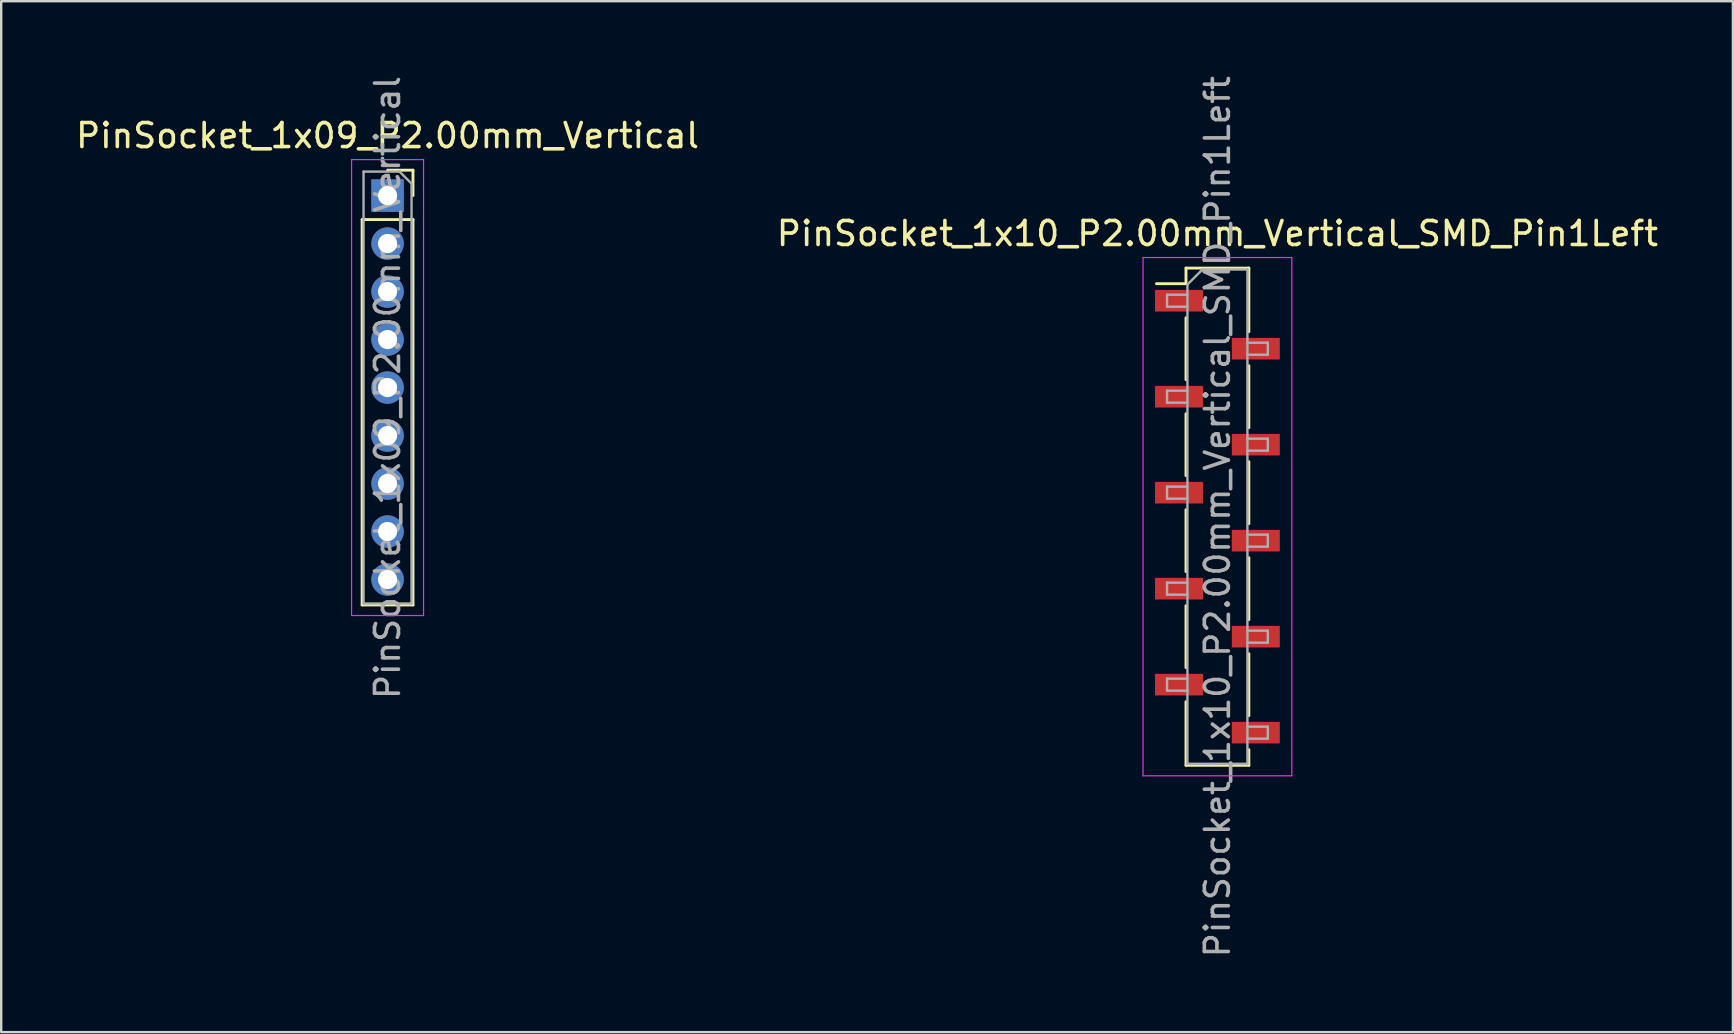
<source format=kicad_pcb>
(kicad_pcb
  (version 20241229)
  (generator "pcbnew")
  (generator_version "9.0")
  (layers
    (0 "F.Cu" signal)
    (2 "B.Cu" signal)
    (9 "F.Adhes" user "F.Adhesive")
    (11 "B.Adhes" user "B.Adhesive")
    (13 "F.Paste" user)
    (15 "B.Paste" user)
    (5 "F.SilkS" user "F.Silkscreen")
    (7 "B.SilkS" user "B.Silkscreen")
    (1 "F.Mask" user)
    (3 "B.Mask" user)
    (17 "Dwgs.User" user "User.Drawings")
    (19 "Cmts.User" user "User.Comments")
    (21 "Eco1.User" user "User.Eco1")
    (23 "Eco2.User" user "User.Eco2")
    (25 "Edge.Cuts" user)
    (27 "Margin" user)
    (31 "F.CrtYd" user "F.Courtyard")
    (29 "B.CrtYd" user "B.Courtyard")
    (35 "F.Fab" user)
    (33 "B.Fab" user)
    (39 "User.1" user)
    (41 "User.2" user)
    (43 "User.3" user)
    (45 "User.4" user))
  (footprint "PinSocket_1x09_P2.00mm_Vertical"
    (layer "F.Cu")
    (at 13.101 5.101)
    (property "Reference" "PinSocket_1x09_P2.00mm_Vertical" (at 0 -2.5 0) (layer "F.SilkS") (effects (font (size 1 1) (thickness 0.15))))
    (attr through_hole)
    (fp_line (start -1.06 1) (end -1.06 17.06) (stroke (width 0.12) (type solid)) (layer "F.SilkS"))
    (fp_line (start -1.06 1) (end 1.06 1) (stroke (width 0.12) (type solid)) (layer "F.SilkS"))
    (fp_line (start -1.06 17.06) (end 1.06 17.06) (stroke (width 0.12) (type solid)) (layer "F.SilkS"))
    (fp_line (start 0 -1.06) (end 1.06 -1.06) (stroke (width 0.12) (type solid)) (layer "F.SilkS"))
    (fp_line (start 1.06 -1.06) (end 1.06 0) (stroke (width 0.12) (type solid)) (layer "F.SilkS"))
    (fp_line (start 1.06 1) (end 1.06 17.06) (stroke (width 0.12) (type solid)) (layer "F.SilkS"))
    (fp_line (start -1.5 -1.5) (end 1.5 -1.5) (stroke (width 0.05) (type solid)) (layer "F.CrtYd"))
    (fp_line (start -1.5 17.5) (end -1.5 -1.5) (stroke (width 0.05) (type solid)) (layer "F.CrtYd"))
    (fp_line (start 1.5 -1.5) (end 1.5 17.5) (stroke (width 0.05) (type solid)) (layer "F.CrtYd"))
    (fp_line (start 1.5 17.5) (end -1.5 17.5) (stroke (width 0.05) (type solid)) (layer "F.CrtYd"))
    (fp_line (start -1 -1) (end 0.5 -1) (stroke (width 0.1) (type solid)) (layer "F.Fab"))
    (fp_line (start -1 17) (end -1 -1) (stroke (width 0.1) (type solid)) (layer "F.Fab"))
    (fp_line (start 0.5 -1) (end 1 -0.5) (stroke (width 0.1) (type solid)) (layer "F.Fab"))
    (fp_line (start 1 -0.5) (end 1 17) (stroke (width 0.1) (type solid)) (layer "F.Fab"))
    (fp_line (start 1 17) (end -1 17) (stroke (width 0.1) (type solid)) (layer "F.Fab"))
    (fp_text user "${REFERENCE}" (at 0 8 90) (layer "F.Fab") (effects (font (size 1 1) (thickness 0.15))))
    (pad "1" thru_hole rect (at 0 0) (size 1.35 1.35) (drill 0.8) (layers "*.Cu" "*.Mask"))
    (pad "2" thru_hole oval (at 0 2) (size 1.35 1.35) (drill 0.8) (layers "*.Cu" "*.Mask"))
    (pad "3" thru_hole oval (at 0 4) (size 1.35 1.35) (drill 0.8) (layers "*.Cu" "*.Mask"))
    (pad "4" thru_hole oval (at 0 6) (size 1.35 1.35) (drill 0.8) (layers "*.Cu" "*.Mask"))
    (pad "5" thru_hole oval (at 0 8) (size 1.35 1.35) (drill 0.8) (layers "*.Cu" "*.Mask"))
    (pad "6" thru_hole oval (at 0 10) (size 1.35 1.35) (drill 0.8) (layers "*.Cu" "*.Mask"))
    (pad "7" thru_hole oval (at 0 12) (size 1.35 1.35) (drill 0.8) (layers "*.Cu" "*.Mask"))
    (pad "8" thru_hole oval (at 0 14) (size 1.35 1.35) (drill 0.8) (layers "*.Cu" "*.Mask"))
    (pad "9" thru_hole oval (at 0 16) (size 1.35 1.35) (drill 0.8) (layers "*.Cu" "*.Mask")))
  (footprint "PinSocket_1x10_P2.00mm_Vertical_SMD_Pin1Left"
    (layer "F.Cu")
    (at 47.685 18.482)
    (property "Reference" "PinSocket_1x10_P2.00mm_Vertical_SMD_Pin1Left" (at 0 -11.8 0) (layer "F.SilkS") (effects (font (size 1 1) (thickness 0.15))))
    (attr smd)
    (fp_line (start -2.54 -9.71) (end -1.31 -9.71) (stroke (width 0.12) (type solid)) (layer "F.SilkS"))
    (fp_line (start -1.31 -10.36) (end -1.31 -9.71) (stroke (width 0.12) (type solid)) (layer "F.SilkS"))
    (fp_line (start -1.31 -10.36) (end 1.31 -10.36) (stroke (width 0.12) (type solid)) (layer "F.SilkS"))
    (fp_line (start -1.31 -8.29) (end -1.31 -5.71) (stroke (width 0.12) (type solid)) (layer "F.SilkS"))
    (fp_line (start -1.31 -4.29) (end -1.31 -1.71) (stroke (width 0.12) (type solid)) (layer "F.SilkS"))
    (fp_line (start -1.31 -0.29) (end -1.31 2.29) (stroke (width 0.12) (type solid)) (layer "F.SilkS"))
    (fp_line (start -1.31 3.71) (end -1.31 6.29) (stroke (width 0.12) (type solid)) (layer "F.SilkS"))
    (fp_line (start -1.31 7.71) (end -1.31 10.36) (stroke (width 0.12) (type solid)) (layer "F.SilkS"))
    (fp_line (start -1.31 10.36) (end 1.31 10.36) (stroke (width 0.12) (type solid)) (layer "F.SilkS"))
    (fp_line (start 1.31 -10.36) (end 1.31 -7.71) (stroke (width 0.12) (type solid)) (layer "F.SilkS"))
    (fp_line (start 1.31 -6.29) (end 1.31 -3.71) (stroke (width 0.12) (type solid)) (layer "F.SilkS"))
    (fp_line (start 1.31 -2.29) (end 1.31 0.29) (stroke (width 0.12) (type solid)) (layer "F.SilkS"))
    (fp_line (start 1.31 1.71) (end 1.31 4.29) (stroke (width 0.12) (type solid)) (layer "F.SilkS"))
    (fp_line (start 1.31 5.71) (end 1.31 8.29) (stroke (width 0.12) (type solid)) (layer "F.SilkS"))
    (fp_line (start 1.31 9.71) (end 1.31 10.36) (stroke (width 0.12) (type solid)) (layer "F.SilkS"))
    (fp_line (start -3.1 -10.8) (end 3.1 -10.8) (stroke (width 0.05) (type solid)) (layer "F.CrtYd"))
    (fp_line (start -3.1 10.8) (end -3.1 -10.8) (stroke (width 0.05) (type solid)) (layer "F.CrtYd"))
    (fp_line (start 3.1 -10.8) (end 3.1 10.8) (stroke (width 0.05) (type solid)) (layer "F.CrtYd"))
    (fp_line (start 3.1 10.8) (end -3.1 10.8) (stroke (width 0.05) (type solid)) (layer "F.CrtYd"))
    (fp_line (start -2.1 -9.25) (end -1.25 -9.25) (stroke (width 0.1) (type solid)) (layer "F.Fab"))
    (fp_line (start -2.1 -8.75) (end -2.1 -9.25) (stroke (width 0.1) (type solid)) (layer "F.Fab"))
    (fp_line (start -2.1 -5.25) (end -1.25 -5.25) (stroke (width 0.1) (type solid)) (layer "F.Fab"))
    (fp_line (start -2.1 -4.75) (end -2.1 -5.25) (stroke (width 0.1) (type solid)) (layer "F.Fab"))
    (fp_line (start -2.1 -1.25) (end -1.25 -1.25) (stroke (width 0.1) (type solid)) (layer "F.Fab"))
    (fp_line (start -2.1 -0.75) (end -2.1 -1.25) (stroke (width 0.1) (type solid)) (layer "F.Fab"))
    (fp_line (start -2.1 2.75) (end -1.25 2.75) (stroke (width 0.1) (type solid)) (layer "F.Fab"))
    (fp_line (start -2.1 3.25) (end -2.1 2.75) (stroke (width 0.1) (type solid)) (layer "F.Fab"))
    (fp_line (start -2.1 6.75) (end -1.25 6.75) (stroke (width 0.1) (type solid)) (layer "F.Fab"))
    (fp_line (start -2.1 7.25) (end -2.1 6.75) (stroke (width 0.1) (type solid)) (layer "F.Fab"))
    (fp_line (start -1.25 -9.675) (end -0.625 -10.3) (stroke (width 0.1) (type solid)) (layer "F.Fab"))
    (fp_line (start -1.25 -8.75) (end -2.1 -8.75) (stroke (width 0.1) (type solid)) (layer "F.Fab"))
    (fp_line (start -1.25 -4.75) (end -2.1 -4.75) (stroke (width 0.1) (type solid)) (layer "F.Fab"))
    (fp_line (start -1.25 -0.75) (end -2.1 -0.75) (stroke (width 0.1) (type solid)) (layer "F.Fab"))
    (fp_line (start -1.25 3.25) (end -2.1 3.25) (stroke (width 0.1) (type solid)) (layer "F.Fab"))
    (fp_line (start -1.25 7.25) (end -2.1 7.25) (stroke (width 0.1) (type solid)) (layer "F.Fab"))
    (fp_line (start -1.25 10.3) (end -1.25 -9.675) (stroke (width 0.1) (type solid)) (layer "F.Fab"))
    (fp_line (start -0.625 -10.3) (end 1.25 -10.3) (stroke (width 0.1) (type solid)) (layer "F.Fab"))
    (fp_line (start 1.25 -10.3) (end 1.25 10.3) (stroke (width 0.1) (type solid)) (layer "F.Fab"))
    (fp_line (start 1.25 -7.25) (end 2.1 -7.25) (stroke (width 0.1) (type solid)) (layer "F.Fab"))
    (fp_line (start 1.25 -3.25) (end 2.1 -3.25) (stroke (width 0.1) (type solid)) (layer "F.Fab"))
    (fp_line (start 1.25 0.75) (end 2.1 0.75) (stroke (width 0.1) (type solid)) (layer "F.Fab"))
    (fp_line (start 1.25 4.75) (end 2.1 4.75) (stroke (width 0.1) (type solid)) (layer "F.Fab"))
    (fp_line (start 1.25 8.75) (end 2.1 8.75) (stroke (width 0.1) (type solid)) (layer "F.Fab"))
    (fp_line (start 1.25 10.3) (end -1.25 10.3) (stroke (width 0.1) (type solid)) (layer "F.Fab"))
    (fp_line (start 2.1 -7.25) (end 2.1 -6.75) (stroke (width 0.1) (type solid)) (layer "F.Fab"))
    (fp_line (start 2.1 -6.75) (end 1.25 -6.75) (stroke (width 0.1) (type solid)) (layer "F.Fab"))
    (fp_line (start 2.1 -3.25) (end 2.1 -2.75) (stroke (width 0.1) (type solid)) (layer "F.Fab"))
    (fp_line (start 2.1 -2.75) (end 1.25 -2.75) (stroke (width 0.1) (type solid)) (layer "F.Fab"))
    (fp_line (start 2.1 0.75) (end 2.1 1.25) (stroke (width 0.1) (type solid)) (layer "F.Fab"))
    (fp_line (start 2.1 1.25) (end 1.25 1.25) (stroke (width 0.1) (type solid)) (layer "F.Fab"))
    (fp_line (start 2.1 4.75) (end 2.1 5.25) (stroke (width 0.1) (type solid)) (layer "F.Fab"))
    (fp_line (start 2.1 5.25) (end 1.25 5.25) (stroke (width 0.1) (type solid)) (layer "F.Fab"))
    (fp_line (start 2.1 8.75) (end 2.1 9.25) (stroke (width 0.1) (type solid)) (layer "F.Fab"))
    (fp_line (start 2.1 9.25) (end 1.25 9.25) (stroke (width 0.1) (type solid)) (layer "F.Fab"))
    (fp_text user "${REFERENCE}" (at 0 0 90) (layer "F.Fab") (effects (font (size 1 1) (thickness 0.15))))
    (pad "1" smd rect (at -1.6 -9) (size 2 0.9) (layers "F.Cu" "F.Mask" "F.Paste"))
    (pad "2" smd rect (at 1.6 -7) (size 2 0.9) (layers "F.Cu" "F.Mask" "F.Paste"))
    (pad "3" smd rect (at -1.6 -5) (size 2 0.9) (layers "F.Cu" "F.Mask" "F.Paste"))
    (pad "4" smd rect (at 1.6 -3) (size 2 0.9) (layers "F.Cu" "F.Mask" "F.Paste"))
    (pad "5" smd rect (at -1.6 -1) (size 2 0.9) (layers "F.Cu" "F.Mask" "F.Paste"))
    (pad "6" smd rect (at 1.6 1) (size 2 0.9) (layers "F.Cu" "F.Mask" "F.Paste"))
    (pad "7" smd rect (at -1.6 3) (size 2 0.9) (layers "F.Cu" "F.Mask" "F.Paste"))
    (pad "8" smd rect (at 1.6 5) (size 2 0.9) (layers "F.Cu" "F.Mask" "F.Paste"))
    (pad "9" smd rect (at -1.6 7) (size 2 0.9) (layers "F.Cu" "F.Mask" "F.Paste"))
    (pad "10" smd rect (at 1.6 9) (size 2 0.9) (layers "F.Cu" "F.Mask" "F.Paste")))
  (gr_rect
    (start -3 -3)
    (end 69.167 39.964)
    (stroke (width 0.1) (type default))
    (fill no)
    (layer "Edge.Cuts")))
</source>
